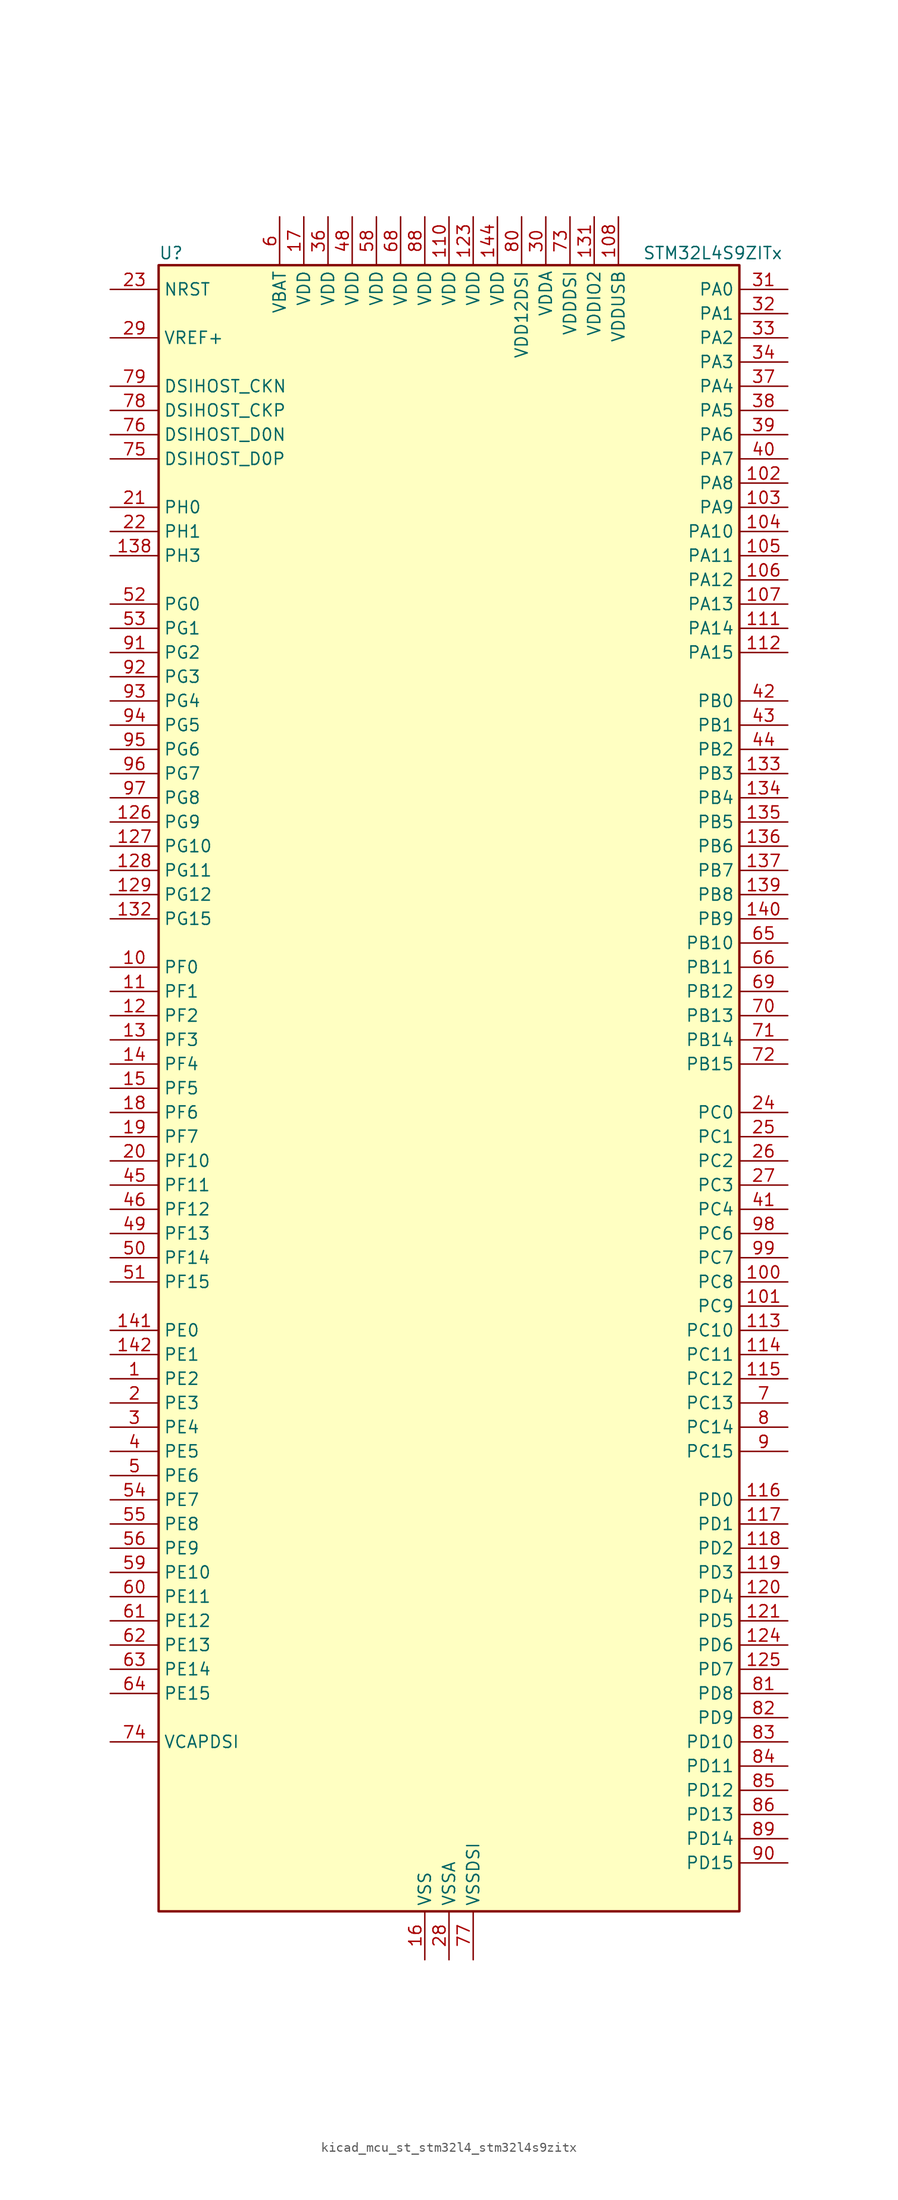
<source format=kicad_sym>
(kicad_symbol_lib
  (version 20220914)
  (generator kicad_symbol_editor)
  (symbol "kicad_mcu_st_stm32l4_stm32l4s9zitx"
    (property "Reference" "U"
      (at -30.48 87.63 0)
      (effects (font (size 1.27 1.27)) (justify left)))
    (property "Value" "STM32L4S9ZITx"
      (at 20.32 87.63 0)
      (effects (font (size 1.27 1.27)) (justify left)))
    (property "ki_locked" ""
      (at 0 0 0)
      (effects (font (size 1.27 1.27))))
    (symbol "kicad_mcu_st_stm32l4_stm32l4s9zitx_0_1"
      (rectangle (start -30.48 -86.36) (end 30.48 86.36) (stroke (width 0.254) (type default)) (fill (type background))))
    (symbol "kicad_mcu_st_stm32l4_stm32l4s9zitx_1_1"
      (pin bidirectional line (at -35.56 -30.48 0) (length 5.08) (name "PE2" (effects (font (size 1.27 1.27)))) (number "1" (effects (font (size 1.27 1.27)))) (alternate "FMC_A23" bidirectional line) (alternate "LTDC_R0" bidirectional line) (alternate "SAI1_CK1" bidirectional line) (alternate "SAI1_MCLK_A" bidirectional line) (alternate "SYS_TRACECLK" bidirectional line) (alternate "TIM3_ETR" bidirectional line) (alternate "TSC_G7_IO1" bidirectional line))
      (pin bidirectional line (at -35.56 12.7 0) (length 5.08) (name "PF0" (effects (font (size 1.27 1.27)))) (number "10" (effects (font (size 1.27 1.27)))) (alternate "FMC_A0" bidirectional line) (alternate "I2C2_SDA" bidirectional line) (alternate "OCTOSPIM_P2_IO0" bidirectional line))
      (pin bidirectional line (at 35.56 -20.32 180) (length 5.08) (name "PC8" (effects (font (size 1.27 1.27)))) (number "100" (effects (font (size 1.27 1.27)))) (alternate "DCMI_D2" bidirectional line) (alternate "SDMMC1_D0" bidirectional line) (alternate "TIM3_CH3" bidirectional line) (alternate "TIM8_CH3" bidirectional line) (alternate "TSC_G4_IO3" bidirectional line))
      (pin bidirectional line (at 35.56 -22.86 180) (length 5.08) (name "PC9" (effects (font (size 1.27 1.27)))) (number "101" (effects (font (size 1.27 1.27)))) (alternate "DAC1_EXTI9" bidirectional line) (alternate "DCMI_D3" bidirectional line) (alternate "I2C3_SDA" bidirectional line) (alternate "SAI2_EXTCLK" bidirectional line) (alternate "SDMMC1_D1" bidirectional line) (alternate "SYS_TRACED0" bidirectional line) (alternate "TIM3_CH4" bidirectional line) (alternate "TIM8_BKIN2" bidirectional line) (alternate "TIM8_CH4" bidirectional line) (alternate "TSC_G4_IO4" bidirectional line) (alternate "USB_OTG_FS_NOE" bidirectional line))
      (pin bidirectional line (at 35.56 63.5 180) (length 5.08) (name "PA8" (effects (font (size 1.27 1.27)))) (number "102" (effects (font (size 1.27 1.27)))) (alternate "LPTIM2_OUT" bidirectional line) (alternate "RCC_MCO" bidirectional line) (alternate "SAI1_CK2" bidirectional line) (alternate "SAI1_SCK_A" bidirectional line) (alternate "TIM1_CH1" bidirectional line) (alternate "USART1_CK" bidirectional line) (alternate "USB_OTG_FS_SOF" bidirectional line))
      (pin bidirectional line (at 35.56 60.96 180) (length 5.08) (name "PA9" (effects (font (size 1.27 1.27)))) (number "103" (effects (font (size 1.27 1.27)))) (alternate "DAC1_EXTI9" bidirectional line) (alternate "DCMI_D0" bidirectional line) (alternate "SAI1_FS_A" bidirectional line) (alternate "SPI2_SCK" bidirectional line) (alternate "TIM15_BKIN" bidirectional line) (alternate "TIM1_CH2" bidirectional line) (alternate "USART1_TX" bidirectional line) (alternate "USB_OTG_FS_VBUS" bidirectional line))
      (pin bidirectional line (at 35.56 58.42 180) (length 5.08) (name "PA10" (effects (font (size 1.27 1.27)))) (number "104" (effects (font (size 1.27 1.27)))) (alternate "DCMI_D1" bidirectional line) (alternate "SAI1_D1" bidirectional line) (alternate "SAI1_SD_A" bidirectional line) (alternate "TIM17_BKIN" bidirectional line) (alternate "TIM1_CH3" bidirectional line) (alternate "USART1_RX" bidirectional line) (alternate "USB_OTG_FS_ID" bidirectional line))
      (pin bidirectional line (at 35.56 55.88 180) (length 5.08) (name "PA11" (effects (font (size 1.27 1.27)))) (number "105" (effects (font (size 1.27 1.27)))) (alternate "ADC1_EXTI11" bidirectional line) (alternate "CAN1_RX" bidirectional line) (alternate "SPI1_MISO" bidirectional line) (alternate "TIM1_BKIN2" bidirectional line) (alternate "TIM1_CH4" bidirectional line) (alternate "USART1_CTS" bidirectional line) (alternate "USART1_NSS" bidirectional line) (alternate "USB_OTG_FS_DM" bidirectional line))
      (pin bidirectional line (at 35.56 53.34 180) (length 5.08) (name "PA12" (effects (font (size 1.27 1.27)))) (number "106" (effects (font (size 1.27 1.27)))) (alternate "CAN1_TX" bidirectional line) (alternate "SPI1_MOSI" bidirectional line) (alternate "TIM1_ETR" bidirectional line) (alternate "USART1_DE" bidirectional line) (alternate "USART1_RTS" bidirectional line) (alternate "USB_OTG_FS_DP" bidirectional line))
      (pin bidirectional line (at 35.56 50.8 180) (length 5.08) (name "PA13" (effects (font (size 1.27 1.27)))) (number "107" (effects (font (size 1.27 1.27)))) (alternate "IR_OUT" bidirectional line) (alternate "SAI1_SD_B" bidirectional line) (alternate "SYS_JTMS-SWDIO" bidirectional line) (alternate "USB_OTG_FS_NOE" bidirectional line))
      (pin power_in line (at 17.78 91.44 270) (length 5.08) (name "VDDUSB" (effects (font (size 1.27 1.27)))) (number "108" (effects (font (size 1.27 1.27)))))
      (pin passive line (at -2.54 -91.44 90) (length 5.08) hide (name "VSS" (effects (font (size 1.27 1.27)))) (number "109" (effects (font (size 1.27 1.27)))))
      (pin bidirectional line (at -35.56 10.16 0) (length 5.08) (name "PF1" (effects (font (size 1.27 1.27)))) (number "11" (effects (font (size 1.27 1.27)))) (alternate "FMC_A1" bidirectional line) (alternate "I2C2_SCL" bidirectional line) (alternate "OCTOSPIM_P2_IO1" bidirectional line))
      (pin power_in line (at 0 91.44 270) (length 5.08) (name "VDD" (effects (font (size 1.27 1.27)))) (number "110" (effects (font (size 1.27 1.27)))))
      (pin bidirectional line (at 35.56 48.26 180) (length 5.08) (name "PA14" (effects (font (size 1.27 1.27)))) (number "111" (effects (font (size 1.27 1.27)))) (alternate "I2C1_SMBA" bidirectional line) (alternate "I2C4_SMBA" bidirectional line) (alternate "LPTIM1_OUT" bidirectional line) (alternate "SAI1_FS_B" bidirectional line) (alternate "SYS_JTCK-SWCLK" bidirectional line) (alternate "USB_OTG_FS_SOF" bidirectional line))
      (pin bidirectional line (at 35.56 45.72 180) (length 5.08) (name "PA15" (effects (font (size 1.27 1.27)))) (number "112" (effects (font (size 1.27 1.27)))) (alternate "ADC1_EXTI15" bidirectional line) (alternate "SAI2_FS_B" bidirectional line) (alternate "SPI1_NSS" bidirectional line) (alternate "SPI3_NSS" bidirectional line) (alternate "SYS_JTDI" bidirectional line) (alternate "TIM2_CH1" bidirectional line) (alternate "TIM2_ETR" bidirectional line) (alternate "TSC_G3_IO1" bidirectional line) (alternate "UART4_DE" bidirectional line) (alternate "UART4_RTS" bidirectional line) (alternate "USART2_RX" bidirectional line) (alternate "USART3_DE" bidirectional line) (alternate "USART3_RTS" bidirectional line))
      (pin bidirectional line (at 35.56 -25.4 180) (length 5.08) (name "PC10" (effects (font (size 1.27 1.27)))) (number "113" (effects (font (size 1.27 1.27)))) (alternate "DCMI_D8" bidirectional line) (alternate "SAI2_SCK_B" bidirectional line) (alternate "SDMMC1_D2" bidirectional line) (alternate "SPI3_SCK" bidirectional line) (alternate "SYS_TRACED1" bidirectional line) (alternate "TSC_G3_IO2" bidirectional line) (alternate "UART4_TX" bidirectional line) (alternate "USART3_TX" bidirectional line))
      (pin bidirectional line (at 35.56 -27.94 180) (length 5.08) (name "PC11" (effects (font (size 1.27 1.27)))) (number "114" (effects (font (size 1.27 1.27)))) (alternate "ADC1_EXTI11" bidirectional line) (alternate "DCMI_D2" bidirectional line) (alternate "DCMI_D4" bidirectional line) (alternate "OCTOSPIM_P1_NCS" bidirectional line) (alternate "SAI2_MCLK_B" bidirectional line) (alternate "SDMMC1_D3" bidirectional line) (alternate "SPI3_MISO" bidirectional line) (alternate "TSC_G3_IO3" bidirectional line) (alternate "UART4_RX" bidirectional line) (alternate "USART3_RX" bidirectional line))
      (pin bidirectional line (at 35.56 -30.48 180) (length 5.08) (name "PC12" (effects (font (size 1.27 1.27)))) (number "115" (effects (font (size 1.27 1.27)))) (alternate "DCMI_D9" bidirectional line) (alternate "SAI2_SD_B" bidirectional line) (alternate "SDMMC1_CK" bidirectional line) (alternate "SPI3_MOSI" bidirectional line) (alternate "SYS_TRACED3" bidirectional line) (alternate "TSC_G3_IO4" bidirectional line) (alternate "UART5_TX" bidirectional line) (alternate "USART3_CK" bidirectional line))
      (pin bidirectional line (at 35.56 -43.18 180) (length 5.08) (name "PD0" (effects (font (size 1.27 1.27)))) (number "116" (effects (font (size 1.27 1.27)))) (alternate "CAN1_RX" bidirectional line) (alternate "DFSDM1_DATIN7" bidirectional line) (alternate "FMC_D2" bidirectional line) (alternate "FMC_DA2" bidirectional line) (alternate "LTDC_B4" bidirectional line) (alternate "SPI2_NSS" bidirectional line))
      (pin bidirectional line (at 35.56 -45.72 180) (length 5.08) (name "PD1" (effects (font (size 1.27 1.27)))) (number "117" (effects (font (size 1.27 1.27)))) (alternate "CAN1_TX" bidirectional line) (alternate "DFSDM1_CKIN7" bidirectional line) (alternate "FMC_D3" bidirectional line) (alternate "FMC_DA3" bidirectional line) (alternate "LTDC_B5" bidirectional line) (alternate "SPI2_SCK" bidirectional line))
      (pin bidirectional line (at 35.56 -48.26 180) (length 5.08) (name "PD2" (effects (font (size 1.27 1.27)))) (number "118" (effects (font (size 1.27 1.27)))) (alternate "DCMI_D11" bidirectional line) (alternate "SDMMC1_CMD" bidirectional line) (alternate "SYS_TRACED2" bidirectional line) (alternate "TIM3_ETR" bidirectional line) (alternate "TSC_SYNC" bidirectional line) (alternate "UART5_RX" bidirectional line) (alternate "USART3_DE" bidirectional line) (alternate "USART3_RTS" bidirectional line))
      (pin bidirectional line (at 35.56 -50.8 180) (length 5.08) (name "PD3" (effects (font (size 1.27 1.27)))) (number "119" (effects (font (size 1.27 1.27)))) (alternate "DCMI_D5" bidirectional line) (alternate "DFSDM1_DATIN0" bidirectional line) (alternate "FMC_CLK" bidirectional line) (alternate "LTDC_CLK" bidirectional line) (alternate "OCTOSPIM_P2_NCS" bidirectional line) (alternate "SPI2_MISO" bidirectional line) (alternate "SPI2_SCK" bidirectional line) (alternate "USART2_CTS" bidirectional line) (alternate "USART2_NSS" bidirectional line))
      (pin bidirectional line (at -35.56 7.62 0) (length 5.08) (name "PF2" (effects (font (size 1.27 1.27)))) (number "12" (effects (font (size 1.27 1.27)))) (alternate "FMC_A2" bidirectional line) (alternate "I2C2_SMBA" bidirectional line) (alternate "OCTOSPIM_P2_IO2" bidirectional line))
      (pin bidirectional line (at 35.56 -53.34 180) (length 5.08) (name "PD4" (effects (font (size 1.27 1.27)))) (number "120" (effects (font (size 1.27 1.27)))) (alternate "DFSDM1_CKIN0" bidirectional line) (alternate "FMC_NOE" bidirectional line) (alternate "OCTOSPIM_P1_IO4" bidirectional line) (alternate "SPI2_MOSI" bidirectional line) (alternate "USART2_DE" bidirectional line) (alternate "USART2_RTS" bidirectional line))
      (pin bidirectional line (at 35.56 -55.88 180) (length 5.08) (name "PD5" (effects (font (size 1.27 1.27)))) (number "121" (effects (font (size 1.27 1.27)))) (alternate "FMC_NWE" bidirectional line) (alternate "OCTOSPIM_P1_IO5" bidirectional line) (alternate "USART2_TX" bidirectional line))
      (pin passive line (at -2.54 -91.44 90) (length 5.08) hide (name "VSS" (effects (font (size 1.27 1.27)))) (number "122" (effects (font (size 1.27 1.27)))))
      (pin power_in line (at 2.54 91.44 270) (length 5.08) (name "VDD" (effects (font (size 1.27 1.27)))) (number "123" (effects (font (size 1.27 1.27)))))
      (pin bidirectional line (at 35.56 -58.42 180) (length 5.08) (name "PD6" (effects (font (size 1.27 1.27)))) (number "124" (effects (font (size 1.27 1.27)))) (alternate "DCMI_D10" bidirectional line) (alternate "DFSDM1_DATIN1" bidirectional line) (alternate "FMC_NWAIT" bidirectional line) (alternate "LTDC_DE" bidirectional line) (alternate "OCTOSPIM_P1_IO6" bidirectional line) (alternate "SAI1_D1" bidirectional line) (alternate "SAI1_SD_A" bidirectional line) (alternate "SPI3_MOSI" bidirectional line) (alternate "USART2_RX" bidirectional line))
      (pin bidirectional line (at 35.56 -60.96 180) (length 5.08) (name "PD7" (effects (font (size 1.27 1.27)))) (number "125" (effects (font (size 1.27 1.27)))) (alternate "DFSDM1_CKIN1" bidirectional line) (alternate "FMC_NCE" bidirectional line) (alternate "FMC_NE1" bidirectional line) (alternate "OCTOSPIM_P1_IO7" bidirectional line) (alternate "USART2_CK" bidirectional line))
      (pin bidirectional line (at -35.56 27.94 0) (length 5.08) (name "PG9" (effects (font (size 1.27 1.27)))) (number "126" (effects (font (size 1.27 1.27)))) (alternate "DAC1_EXTI9" bidirectional line) (alternate "FMC_NCE" bidirectional line) (alternate "FMC_NE2" bidirectional line) (alternate "OCTOSPIM_P2_IO6" bidirectional line) (alternate "SAI2_SCK_A" bidirectional line) (alternate "SPI3_SCK" bidirectional line) (alternate "TIM15_CH1N" bidirectional line) (alternate "USART1_TX" bidirectional line))
      (pin bidirectional line (at -35.56 25.4 0) (length 5.08) (name "PG10" (effects (font (size 1.27 1.27)))) (number "127" (effects (font (size 1.27 1.27)))) (alternate "FMC_NE3" bidirectional line) (alternate "LPTIM1_IN1" bidirectional line) (alternate "OCTOSPIM_P2_IO7" bidirectional line) (alternate "SAI2_FS_A" bidirectional line) (alternate "SPI3_MISO" bidirectional line) (alternate "TIM15_CH1" bidirectional line) (alternate "USART1_RX" bidirectional line))
      (pin bidirectional line (at -35.56 22.86 0) (length 5.08) (name "PG11" (effects (font (size 1.27 1.27)))) (number "128" (effects (font (size 1.27 1.27)))) (alternate "ADC1_EXTI11" bidirectional line) (alternate "LPTIM1_IN2" bidirectional line) (alternate "OCTOSPIM_P1_IO5" bidirectional line) (alternate "SAI2_MCLK_A" bidirectional line) (alternate "SPI3_MOSI" bidirectional line) (alternate "TIM15_CH2" bidirectional line) (alternate "USART1_CTS" bidirectional line) (alternate "USART1_NSS" bidirectional line))
      (pin bidirectional line (at -35.56 20.32 0) (length 5.08) (name "PG12" (effects (font (size 1.27 1.27)))) (number "129" (effects (font (size 1.27 1.27)))) (alternate "FMC_NE4" bidirectional line) (alternate "LPTIM1_ETR" bidirectional line) (alternate "OCTOSPIM_P2_NCS" bidirectional line) (alternate "SAI2_SD_A" bidirectional line) (alternate "SPI3_NSS" bidirectional line) (alternate "USART1_DE" bidirectional line) (alternate "USART1_RTS" bidirectional line))
      (pin bidirectional line (at -35.56 5.08 0) (length 5.08) (name "PF3" (effects (font (size 1.27 1.27)))) (number "13" (effects (font (size 1.27 1.27)))) (alternate "FMC_A3" bidirectional line) (alternate "OCTOSPIM_P2_IO3" bidirectional line))
      (pin passive line (at -2.54 -91.44 90) (length 5.08) hide (name "VSS" (effects (font (size 1.27 1.27)))) (number "130" (effects (font (size 1.27 1.27)))))
      (pin power_in line (at 15.24 91.44 270) (length 5.08) (name "VDDIO2" (effects (font (size 1.27 1.27)))) (number "131" (effects (font (size 1.27 1.27)))))
      (pin bidirectional line (at -35.56 17.78 0) (length 5.08) (name "PG15" (effects (font (size 1.27 1.27)))) (number "132" (effects (font (size 1.27 1.27)))) (alternate "ADC1_EXTI15" bidirectional line) (alternate "DCMI_D13" bidirectional line) (alternate "I2C1_SMBA" bidirectional line) (alternate "LPTIM1_OUT" bidirectional line) (alternate "OCTOSPIM_P2_DQS" bidirectional line))
      (pin bidirectional line (at 35.56 33.02 180) (length 5.08) (name "PB3" (effects (font (size 1.27 1.27)))) (number "133" (effects (font (size 1.27 1.27)))) (alternate "COMP2_INM" bidirectional line) (alternate "CRS_SYNC" bidirectional line) (alternate "SAI1_SCK_B" bidirectional line) (alternate "SPI1_SCK" bidirectional line) (alternate "SPI3_SCK" bidirectional line) (alternate "SYS_JTDO-SWO" bidirectional line) (alternate "TIM2_CH2" bidirectional line) (alternate "USART1_DE" bidirectional line) (alternate "USART1_RTS" bidirectional line))
      (pin bidirectional line (at 35.56 30.48 180) (length 5.08) (name "PB4" (effects (font (size 1.27 1.27)))) (number "134" (effects (font (size 1.27 1.27)))) (alternate "COMP2_INP" bidirectional line) (alternate "DCMI_D12" bidirectional line) (alternate "I2C3_SDA" bidirectional line) (alternate "SAI1_MCLK_B" bidirectional line) (alternate "SPI1_MISO" bidirectional line) (alternate "SPI3_MISO" bidirectional line) (alternate "SYS_JTRST" bidirectional line) (alternate "TIM17_BKIN" bidirectional line) (alternate "TIM3_CH1" bidirectional line) (alternate "TSC_G2_IO1" bidirectional line) (alternate "UART5_DE" bidirectional line) (alternate "UART5_RTS" bidirectional line) (alternate "USART1_CTS" bidirectional line) (alternate "USART1_NSS" bidirectional line))
      (pin bidirectional line (at 35.56 27.94 180) (length 5.08) (name "PB5" (effects (font (size 1.27 1.27)))) (number "135" (effects (font (size 1.27 1.27)))) (alternate "COMP2_OUT" bidirectional line) (alternate "DCMI_D10" bidirectional line) (alternate "I2C1_SMBA" bidirectional line) (alternate "LPTIM1_IN1" bidirectional line) (alternate "SAI1_SD_B" bidirectional line) (alternate "SPI1_MOSI" bidirectional line) (alternate "SPI3_MOSI" bidirectional line) (alternate "TIM16_BKIN" bidirectional line) (alternate "TIM3_CH2" bidirectional line) (alternate "TSC_G2_IO2" bidirectional line) (alternate "UART5_CTS" bidirectional line) (alternate "USART1_CK" bidirectional line))
      (pin bidirectional line (at 35.56 25.4 180) (length 5.08) (name "PB6" (effects (font (size 1.27 1.27)))) (number "136" (effects (font (size 1.27 1.27)))) (alternate "COMP2_INP" bidirectional line) (alternate "DCMI_D5" bidirectional line) (alternate "DFSDM1_DATIN5" bidirectional line) (alternate "I2C1_SCL" bidirectional line) (alternate "I2C4_SCL" bidirectional line) (alternate "LPTIM1_ETR" bidirectional line) (alternate "SAI1_FS_B" bidirectional line) (alternate "TIM16_CH1N" bidirectional line) (alternate "TIM4_CH1" bidirectional line) (alternate "TIM8_BKIN2" bidirectional line) (alternate "TSC_G2_IO3" bidirectional line) (alternate "USART1_TX" bidirectional line))
      (pin bidirectional line (at 35.56 22.86 180) (length 5.08) (name "PB7" (effects (font (size 1.27 1.27)))) (number "137" (effects (font (size 1.27 1.27)))) (alternate "COMP2_INM" bidirectional line) (alternate "DCMI_VSYNC" bidirectional line) (alternate "DFSDM1_CKIN5" bidirectional line) (alternate "DSIHOST_TE" bidirectional line) (alternate "FMC_NL" bidirectional line) (alternate "I2C1_SDA" bidirectional line) (alternate "I2C4_SDA" bidirectional line) (alternate "LPTIM1_IN2" bidirectional line) (alternate "SYS_PVD_IN" bidirectional line) (alternate "TIM17_CH1N" bidirectional line) (alternate "TIM4_CH2" bidirectional line) (alternate "TIM8_BKIN" bidirectional line) (alternate "TSC_G2_IO4" bidirectional line) (alternate "UART4_CTS" bidirectional line) (alternate "USART1_RX" bidirectional line))
      (pin bidirectional line (at -35.56 55.88 0) (length 5.08) (name "PH3" (effects (font (size 1.27 1.27)))) (number "138" (effects (font (size 1.27 1.27)))))
      (pin bidirectional line (at 35.56 20.32 180) (length 5.08) (name "PB8" (effects (font (size 1.27 1.27)))) (number "139" (effects (font (size 1.27 1.27)))) (alternate "CAN1_RX" bidirectional line) (alternate "DCMI_D6" bidirectional line) (alternate "DFSDM1_CKOUT" bidirectional line) (alternate "DFSDM1_DATIN6" bidirectional line) (alternate "I2C1_SCL" bidirectional line) (alternate "LTDC_B1" bidirectional line) (alternate "SAI1_CK1" bidirectional line) (alternate "SAI1_MCLK_A" bidirectional line) (alternate "SDMMC1_CKIN" bidirectional line) (alternate "SDMMC1_D4" bidirectional line) (alternate "TIM16_CH1" bidirectional line) (alternate "TIM4_CH3" bidirectional line))
      (pin bidirectional line (at -35.56 2.54 0) (length 5.08) (name "PF4" (effects (font (size 1.27 1.27)))) (number "14" (effects (font (size 1.27 1.27)))) (alternate "FMC_A4" bidirectional line) (alternate "OCTOSPIM_P2_CLK" bidirectional line))
      (pin bidirectional line (at 35.56 17.78 180) (length 5.08) (name "PB9" (effects (font (size 1.27 1.27)))) (number "140" (effects (font (size 1.27 1.27)))) (alternate "CAN1_TX" bidirectional line) (alternate "DAC1_EXTI9" bidirectional line) (alternate "DCMI_D7" bidirectional line) (alternate "DFSDM1_CKIN6" bidirectional line) (alternate "I2C1_SDA" bidirectional line) (alternate "IR_OUT" bidirectional line) (alternate "SAI1_D2" bidirectional line) (alternate "SAI1_FS_A" bidirectional line) (alternate "SDMMC1_CDIR" bidirectional line) (alternate "SDMMC1_D5" bidirectional line) (alternate "SPI2_NSS" bidirectional line) (alternate "TIM17_CH1" bidirectional line) (alternate "TIM4_CH4" bidirectional line))
      (pin bidirectional line (at -35.56 -25.4 0) (length 5.08) (name "PE0" (effects (font (size 1.27 1.27)))) (number "141" (effects (font (size 1.27 1.27)))) (alternate "DCMI_D2" bidirectional line) (alternate "FMC_NBL0" bidirectional line) (alternate "LTDC_HSYNC" bidirectional line) (alternate "TIM16_CH1" bidirectional line) (alternate "TIM4_ETR" bidirectional line))
      (pin bidirectional line (at -35.56 -27.94 0) (length 5.08) (name "PE1" (effects (font (size 1.27 1.27)))) (number "142" (effects (font (size 1.27 1.27)))) (alternate "DCMI_D3" bidirectional line) (alternate "FMC_NBL1" bidirectional line) (alternate "LTDC_VSYNC" bidirectional line) (alternate "TIM17_CH1" bidirectional line))
      (pin passive line (at -2.54 -91.44 90) (length 5.08) hide (name "VSS" (effects (font (size 1.27 1.27)))) (number "143" (effects (font (size 1.27 1.27)))))
      (pin power_in line (at 5.08 91.44 270) (length 5.08) (name "VDD" (effects (font (size 1.27 1.27)))) (number "144" (effects (font (size 1.27 1.27)))))
      (pin bidirectional line (at -35.56 0 0) (length 5.08) (name "PF5" (effects (font (size 1.27 1.27)))) (number "15" (effects (font (size 1.27 1.27)))) (alternate "FMC_A5" bidirectional line))
      (pin power_in line (at -2.54 -91.44 90) (length 5.08) (name "VSS" (effects (font (size 1.27 1.27)))) (number "16" (effects (font (size 1.27 1.27)))))
      (pin power_in line (at -15.24 91.44 270) (length 5.08) (name "VDD" (effects (font (size 1.27 1.27)))) (number "17" (effects (font (size 1.27 1.27)))))
      (pin bidirectional line (at -35.56 -2.54 0) (length 5.08) (name "PF6" (effects (font (size 1.27 1.27)))) (number "18" (effects (font (size 1.27 1.27)))) (alternate "OCTOSPIM_P1_IO3" bidirectional line) (alternate "SAI1_SD_B" bidirectional line) (alternate "TIM5_CH1" bidirectional line) (alternate "TIM5_ETR" bidirectional line))
      (pin bidirectional line (at -35.56 -5.08 0) (length 5.08) (name "PF7" (effects (font (size 1.27 1.27)))) (number "19" (effects (font (size 1.27 1.27)))) (alternate "OCTOSPIM_P1_IO2" bidirectional line) (alternate "SAI1_MCLK_B" bidirectional line) (alternate "TIM5_CH2" bidirectional line))
      (pin bidirectional line (at -35.56 -33.02 0) (length 5.08) (name "PE3" (effects (font (size 1.27 1.27)))) (number "2" (effects (font (size 1.27 1.27)))) (alternate "FMC_A19" bidirectional line) (alternate "LTDC_R1" bidirectional line) (alternate "OCTOSPIM_P1_DQS" bidirectional line) (alternate "SAI1_SD_B" bidirectional line) (alternate "SYS_TRACED0" bidirectional line) (alternate "TIM3_CH1" bidirectional line) (alternate "TSC_G7_IO2" bidirectional line))
      (pin bidirectional line (at -35.56 -7.62 0) (length 5.08) (name "PF10" (effects (font (size 1.27 1.27)))) (number "20" (effects (font (size 1.27 1.27)))) (alternate "DCMI_D11" bidirectional line) (alternate "DFSDM1_CKOUT" bidirectional line) (alternate "OCTOSPIM_P1_CLK" bidirectional line) (alternate "SAI1_D3" bidirectional line) (alternate "TIM15_CH2" bidirectional line))
      (pin bidirectional line (at -35.56 60.96 0) (length 5.08) (name "PH0" (effects (font (size 1.27 1.27)))) (number "21" (effects (font (size 1.27 1.27)))) (alternate "RCC_OSC_IN" bidirectional line))
      (pin bidirectional line (at -35.56 58.42 0) (length 5.08) (name "PH1" (effects (font (size 1.27 1.27)))) (number "22" (effects (font (size 1.27 1.27)))) (alternate "RCC_OSC_OUT" bidirectional line))
      (pin input line (at -35.56 83.82 0) (length 5.08) (name "NRST" (effects (font (size 1.27 1.27)))) (number "23" (effects (font (size 1.27 1.27)))))
      (pin bidirectional line (at 35.56 -2.54 180) (length 5.08) (name "PC0" (effects (font (size 1.27 1.27)))) (number "24" (effects (font (size 1.27 1.27)))) (alternate "ADC1_IN1" bidirectional line) (alternate "DFSDM1_DATIN4" bidirectional line) (alternate "I2C3_SCL" bidirectional line) (alternate "LPTIM1_IN1" bidirectional line) (alternate "LPTIM2_IN1" bidirectional line) (alternate "LPUART1_RX" bidirectional line) (alternate "SAI2_FS_A" bidirectional line))
      (pin bidirectional line (at 35.56 -5.08 180) (length 5.08) (name "PC1" (effects (font (size 1.27 1.27)))) (number "25" (effects (font (size 1.27 1.27)))) (alternate "ADC1_IN2" bidirectional line) (alternate "DFSDM1_CKIN4" bidirectional line) (alternate "I2C3_SDA" bidirectional line) (alternate "LPTIM1_OUT" bidirectional line) (alternate "LPUART1_TX" bidirectional line) (alternate "OCTOSPIM_P1_IO4" bidirectional line) (alternate "SAI1_SD_A" bidirectional line) (alternate "SPI2_MOSI" bidirectional line) (alternate "SYS_TRACED0" bidirectional line))
      (pin bidirectional line (at 35.56 -7.62 180) (length 5.08) (name "PC2" (effects (font (size 1.27 1.27)))) (number "26" (effects (font (size 1.27 1.27)))) (alternate "ADC1_IN3" bidirectional line) (alternate "DFSDM1_CKOUT" bidirectional line) (alternate "LPTIM1_IN2" bidirectional line) (alternate "OCTOSPIM_P1_IO5" bidirectional line) (alternate "SPI2_MISO" bidirectional line))
      (pin bidirectional line (at 35.56 -10.16 180) (length 5.08) (name "PC3" (effects (font (size 1.27 1.27)))) (number "27" (effects (font (size 1.27 1.27)))) (alternate "ADC1_IN4" bidirectional line) (alternate "LPTIM1_ETR" bidirectional line) (alternate "LPTIM2_ETR" bidirectional line) (alternate "OCTOSPIM_P1_IO6" bidirectional line) (alternate "SAI1_D1" bidirectional line) (alternate "SAI1_SD_A" bidirectional line) (alternate "SPI2_MOSI" bidirectional line))
      (pin power_in line (at 0 -91.44 90) (length 5.08) (name "VSSA" (effects (font (size 1.27 1.27)))) (number "28" (effects (font (size 1.27 1.27)))))
      (pin input line (at -35.56 78.74 0) (length 5.08) (name "VREF+" (effects (font (size 1.27 1.27)))) (number "29" (effects (font (size 1.27 1.27)))) (alternate "VREFBUF_OUT" bidirectional line))
      (pin bidirectional line (at -35.56 -35.56 0) (length 5.08) (name "PE4" (effects (font (size 1.27 1.27)))) (number "3" (effects (font (size 1.27 1.27)))) (alternate "DCMI_D4" bidirectional line) (alternate "DFSDM1_DATIN3" bidirectional line) (alternate "FMC_A20" bidirectional line) (alternate "LTDC_B0" bidirectional line) (alternate "SAI1_D2" bidirectional line) (alternate "SAI1_FS_A" bidirectional line) (alternate "SYS_TRACED1" bidirectional line) (alternate "TIM3_CH2" bidirectional line) (alternate "TSC_G7_IO3" bidirectional line))
      (pin power_in line (at 10.16 91.44 270) (length 5.08) (name "VDDA" (effects (font (size 1.27 1.27)))) (number "30" (effects (font (size 1.27 1.27)))))
      (pin bidirectional line (at 35.56 83.82 180) (length 5.08) (name "PA0" (effects (font (size 1.27 1.27)))) (number "31" (effects (font (size 1.27 1.27)))) (alternate "ADC1_IN5" bidirectional line) (alternate "OPAMP1_VINP" bidirectional line) (alternate "RTC_TAMP2" bidirectional line) (alternate "SAI1_EXTCLK" bidirectional line) (alternate "SYS_WKUP1" bidirectional line) (alternate "TIM2_CH1" bidirectional line) (alternate "TIM2_ETR" bidirectional line) (alternate "TIM5_CH1" bidirectional line) (alternate "TIM8_ETR" bidirectional line) (alternate "UART4_TX" bidirectional line) (alternate "USART2_CTS" bidirectional line) (alternate "USART2_NSS" bidirectional line))
      (pin bidirectional line (at 35.56 81.28 180) (length 5.08) (name "PA1" (effects (font (size 1.27 1.27)))) (number "32" (effects (font (size 1.27 1.27)))) (alternate "ADC1_IN6" bidirectional line) (alternate "I2C1_SMBA" bidirectional line) (alternate "OCTOSPIM_P1_DQS" bidirectional line) (alternate "OPAMP1_VINM" bidirectional line) (alternate "SPI1_SCK" bidirectional line) (alternate "TIM15_CH1N" bidirectional line) (alternate "TIM2_CH2" bidirectional line) (alternate "TIM5_CH2" bidirectional line) (alternate "UART4_RX" bidirectional line) (alternate "USART2_DE" bidirectional line) (alternate "USART2_RTS" bidirectional line))
      (pin bidirectional line (at 35.56 78.74 180) (length 5.08) (name "PA2" (effects (font (size 1.27 1.27)))) (number "33" (effects (font (size 1.27 1.27)))) (alternate "ADC1_IN7" bidirectional line) (alternate "LPUART1_TX" bidirectional line) (alternate "OCTOSPIM_P1_NCS" bidirectional line) (alternate "RCC_LSCO" bidirectional line) (alternate "SAI2_EXTCLK" bidirectional line) (alternate "SYS_WKUP4" bidirectional line) (alternate "TIM15_CH1" bidirectional line) (alternate "TIM2_CH3" bidirectional line) (alternate "TIM5_CH3" bidirectional line) (alternate "USART2_TX" bidirectional line))
      (pin bidirectional line (at 35.56 76.2 180) (length 5.08) (name "PA3" (effects (font (size 1.27 1.27)))) (number "34" (effects (font (size 1.27 1.27)))) (alternate "ADC1_IN8" bidirectional line) (alternate "LPUART1_RX" bidirectional line) (alternate "OCTOSPIM_P1_CLK" bidirectional line) (alternate "OPAMP1_VOUT" bidirectional line) (alternate "SAI1_CK1" bidirectional line) (alternate "SAI1_MCLK_A" bidirectional line) (alternate "TIM15_CH2" bidirectional line) (alternate "TIM2_CH4" bidirectional line) (alternate "TIM5_CH4" bidirectional line) (alternate "USART2_RX" bidirectional line))
      (pin passive line (at -2.54 -91.44 90) (length 5.08) hide (name "VSS" (effects (font (size 1.27 1.27)))) (number "35" (effects (font (size 1.27 1.27)))))
      (pin power_in line (at -12.7 91.44 270) (length 5.08) (name "VDD" (effects (font (size 1.27 1.27)))) (number "36" (effects (font (size 1.27 1.27)))))
      (pin bidirectional line (at 35.56 73.66 180) (length 5.08) (name "PA4" (effects (font (size 1.27 1.27)))) (number "37" (effects (font (size 1.27 1.27)))) (alternate "ADC1_IN9" bidirectional line) (alternate "DAC1_OUT1" bidirectional line) (alternate "DCMI_HSYNC" bidirectional line) (alternate "LPTIM2_OUT" bidirectional line) (alternate "OCTOSPIM_P1_NCS" bidirectional line) (alternate "SAI1_FS_B" bidirectional line) (alternate "SPI1_NSS" bidirectional line) (alternate "SPI3_NSS" bidirectional line) (alternate "USART2_CK" bidirectional line))
      (pin bidirectional line (at 35.56 71.12 180) (length 5.08) (name "PA5" (effects (font (size 1.27 1.27)))) (number "38" (effects (font (size 1.27 1.27)))) (alternate "ADC1_IN10" bidirectional line) (alternate "DAC1_OUT2" bidirectional line) (alternate "LPTIM2_ETR" bidirectional line) (alternate "SPI1_SCK" bidirectional line) (alternate "TIM2_CH1" bidirectional line) (alternate "TIM2_ETR" bidirectional line) (alternate "TIM8_CH1N" bidirectional line))
      (pin bidirectional line (at 35.56 68.58 180) (length 5.08) (name "PA6" (effects (font (size 1.27 1.27)))) (number "39" (effects (font (size 1.27 1.27)))) (alternate "ADC1_IN11" bidirectional line) (alternate "DCMI_PIXCLK" bidirectional line) (alternate "LPUART1_CTS" bidirectional line) (alternate "OCTOSPIM_P1_IO3" bidirectional line) (alternate "OPAMP2_VINP" bidirectional line) (alternate "SPI1_MISO" bidirectional line) (alternate "TIM16_CH1" bidirectional line) (alternate "TIM1_BKIN" bidirectional line) (alternate "TIM3_CH1" bidirectional line) (alternate "TIM8_BKIN" bidirectional line) (alternate "USART3_CTS" bidirectional line) (alternate "USART3_NSS" bidirectional line))
      (pin bidirectional line (at -35.56 -38.1 0) (length 5.08) (name "PE5" (effects (font (size 1.27 1.27)))) (number "4" (effects (font (size 1.27 1.27)))) (alternate "DCMI_D6" bidirectional line) (alternate "DFSDM1_CKIN3" bidirectional line) (alternate "FMC_A21" bidirectional line) (alternate "LTDC_G0" bidirectional line) (alternate "SAI1_CK2" bidirectional line) (alternate "SAI1_SCK_A" bidirectional line) (alternate "SYS_TRACED2" bidirectional line) (alternate "TIM3_CH3" bidirectional line) (alternate "TSC_G7_IO4" bidirectional line))
      (pin bidirectional line (at 35.56 66.04 180) (length 5.08) (name "PA7" (effects (font (size 1.27 1.27)))) (number "40" (effects (font (size 1.27 1.27)))) (alternate "ADC1_IN12" bidirectional line) (alternate "I2C3_SCL" bidirectional line) (alternate "OCTOSPIM_P1_IO2" bidirectional line) (alternate "OPAMP2_VINM" bidirectional line) (alternate "SPI1_MOSI" bidirectional line) (alternate "TIM17_CH1" bidirectional line) (alternate "TIM1_CH1N" bidirectional line) (alternate "TIM3_CH2" bidirectional line) (alternate "TIM8_CH1N" bidirectional line))
      (pin bidirectional line (at 35.56 -12.7 180) (length 5.08) (name "PC4" (effects (font (size 1.27 1.27)))) (number "41" (effects (font (size 1.27 1.27)))) (alternate "ADC1_IN13" bidirectional line) (alternate "COMP1_INM" bidirectional line) (alternate "OCTOSPIM_P1_IO7" bidirectional line) (alternate "USART3_TX" bidirectional line))
      (pin bidirectional line (at 35.56 40.64 180) (length 5.08) (name "PB0" (effects (font (size 1.27 1.27)))) (number "42" (effects (font (size 1.27 1.27)))) (alternate "ADC1_IN15" bidirectional line) (alternate "COMP1_OUT" bidirectional line) (alternate "OCTOSPIM_P1_IO1" bidirectional line) (alternate "OPAMP2_VOUT" bidirectional line) (alternate "SAI1_EXTCLK" bidirectional line) (alternate "SPI1_NSS" bidirectional line) (alternate "TIM1_CH2N" bidirectional line) (alternate "TIM3_CH3" bidirectional line) (alternate "TIM8_CH2N" bidirectional line) (alternate "USART3_CK" bidirectional line))
      (pin bidirectional line (at 35.56 38.1 180) (length 5.08) (name "PB1" (effects (font (size 1.27 1.27)))) (number "43" (effects (font (size 1.27 1.27)))) (alternate "ADC1_IN16" bidirectional line) (alternate "COMP1_INM" bidirectional line) (alternate "DFSDM1_DATIN0" bidirectional line) (alternate "LPTIM2_IN1" bidirectional line) (alternate "LPUART1_DE" bidirectional line) (alternate "LPUART1_RTS" bidirectional line) (alternate "OCTOSPIM_P1_IO0" bidirectional line) (alternate "TIM1_CH3N" bidirectional line) (alternate "TIM3_CH4" bidirectional line) (alternate "TIM8_CH3N" bidirectional line) (alternate "USART3_DE" bidirectional line) (alternate "USART3_RTS" bidirectional line))
      (pin bidirectional line (at 35.56 35.56 180) (length 5.08) (name "PB2" (effects (font (size 1.27 1.27)))) (number "44" (effects (font (size 1.27 1.27)))) (alternate "COMP1_INP" bidirectional line) (alternate "DFSDM1_CKIN0" bidirectional line) (alternate "I2C3_SMBA" bidirectional line) (alternate "LPTIM1_OUT" bidirectional line) (alternate "LTDC_B1" bidirectional line) (alternate "OCTOSPIM_P1_DQS" bidirectional line) (alternate "RTC_OUT_ALARM" bidirectional line) (alternate "RTC_OUT_CALIB" bidirectional line))
      (pin bidirectional line (at -35.56 -10.16 0) (length 5.08) (name "PF11" (effects (font (size 1.27 1.27)))) (number "45" (effects (font (size 1.27 1.27)))) (alternate "ADC1_EXTI11" bidirectional line) (alternate "DCMI_D12" bidirectional line) (alternate "DSIHOST_TE" bidirectional line) (alternate "LTDC_DE" bidirectional line))
      (pin bidirectional line (at -35.56 -12.7 0) (length 5.08) (name "PF12" (effects (font (size 1.27 1.27)))) (number "46" (effects (font (size 1.27 1.27)))) (alternate "FMC_A6" bidirectional line) (alternate "LTDC_B0" bidirectional line) (alternate "OCTOSPIM_P2_DQS" bidirectional line))
      (pin passive line (at -2.54 -91.44 90) (length 5.08) hide (name "VSS" (effects (font (size 1.27 1.27)))) (number "47" (effects (font (size 1.27 1.27)))))
      (pin power_in line (at -10.16 91.44 270) (length 5.08) (name "VDD" (effects (font (size 1.27 1.27)))) (number "48" (effects (font (size 1.27 1.27)))))
      (pin bidirectional line (at -35.56 -15.24 0) (length 5.08) (name "PF13" (effects (font (size 1.27 1.27)))) (number "49" (effects (font (size 1.27 1.27)))) (alternate "DFSDM1_DATIN6" bidirectional line) (alternate "FMC_A7" bidirectional line) (alternate "I2C4_SMBA" bidirectional line) (alternate "LTDC_B1" bidirectional line))
      (pin bidirectional line (at -35.56 -40.64 0) (length 5.08) (name "PE6" (effects (font (size 1.27 1.27)))) (number "5" (effects (font (size 1.27 1.27)))) (alternate "DCMI_D7" bidirectional line) (alternate "FMC_A22" bidirectional line) (alternate "LTDC_G1" bidirectional line) (alternate "RTC_TAMP3" bidirectional line) (alternate "SAI1_D1" bidirectional line) (alternate "SAI1_SD_A" bidirectional line) (alternate "SYS_TRACED3" bidirectional line) (alternate "SYS_WKUP3" bidirectional line) (alternate "TIM3_CH4" bidirectional line))
      (pin bidirectional line (at -35.56 -17.78 0) (length 5.08) (name "PF14" (effects (font (size 1.27 1.27)))) (number "50" (effects (font (size 1.27 1.27)))) (alternate "DFSDM1_CKIN6" bidirectional line) (alternate "FMC_A8" bidirectional line) (alternate "I2C4_SCL" bidirectional line) (alternate "LTDC_G0" bidirectional line) (alternate "TSC_G8_IO1" bidirectional line))
      (pin bidirectional line (at -35.56 -20.32 0) (length 5.08) (name "PF15" (effects (font (size 1.27 1.27)))) (number "51" (effects (font (size 1.27 1.27)))) (alternate "ADC1_EXTI15" bidirectional line) (alternate "FMC_A9" bidirectional line) (alternate "I2C4_SDA" bidirectional line) (alternate "LTDC_G1" bidirectional line) (alternate "TSC_G8_IO2" bidirectional line))
      (pin bidirectional line (at -35.56 50.8 0) (length 5.08) (name "PG0" (effects (font (size 1.27 1.27)))) (number "52" (effects (font (size 1.27 1.27)))) (alternate "FMC_A10" bidirectional line) (alternate "OCTOSPIM_P2_IO4" bidirectional line) (alternate "TSC_G8_IO3" bidirectional line))
      (pin bidirectional line (at -35.56 48.26 0) (length 5.08) (name "PG1" (effects (font (size 1.27 1.27)))) (number "53" (effects (font (size 1.27 1.27)))) (alternate "FMC_A11" bidirectional line) (alternate "OCTOSPIM_P2_IO5" bidirectional line) (alternate "TSC_G8_IO4" bidirectional line))
      (pin bidirectional line (at -35.56 -43.18 0) (length 5.08) (name "PE7" (effects (font (size 1.27 1.27)))) (number "54" (effects (font (size 1.27 1.27)))) (alternate "DFSDM1_DATIN2" bidirectional line) (alternate "FMC_D4" bidirectional line) (alternate "FMC_DA4" bidirectional line) (alternate "LTDC_B6" bidirectional line) (alternate "SAI1_SD_B" bidirectional line) (alternate "TIM1_ETR" bidirectional line))
      (pin bidirectional line (at -35.56 -45.72 0) (length 5.08) (name "PE8" (effects (font (size 1.27 1.27)))) (number "55" (effects (font (size 1.27 1.27)))) (alternate "DFSDM1_CKIN2" bidirectional line) (alternate "FMC_D5" bidirectional line) (alternate "FMC_DA5" bidirectional line) (alternate "LTDC_B7" bidirectional line) (alternate "SAI1_SCK_B" bidirectional line) (alternate "TIM1_CH1N" bidirectional line))
      (pin bidirectional line (at -35.56 -48.26 0) (length 5.08) (name "PE9" (effects (font (size 1.27 1.27)))) (number "56" (effects (font (size 1.27 1.27)))) (alternate "DAC1_EXTI9" bidirectional line) (alternate "DFSDM1_CKOUT" bidirectional line) (alternate "FMC_D6" bidirectional line) (alternate "FMC_DA6" bidirectional line) (alternate "LTDC_G2" bidirectional line) (alternate "SAI1_FS_B" bidirectional line) (alternate "TIM1_CH1" bidirectional line))
      (pin passive line (at -2.54 -91.44 90) (length 5.08) hide (name "VSS" (effects (font (size 1.27 1.27)))) (number "57" (effects (font (size 1.27 1.27)))))
      (pin power_in line (at -7.62 91.44 270) (length 5.08) (name "VDD" (effects (font (size 1.27 1.27)))) (number "58" (effects (font (size 1.27 1.27)))))
      (pin bidirectional line (at -35.56 -50.8 0) (length 5.08) (name "PE10" (effects (font (size 1.27 1.27)))) (number "59" (effects (font (size 1.27 1.27)))) (alternate "DFSDM1_DATIN4" bidirectional line) (alternate "FMC_D7" bidirectional line) (alternate "FMC_DA7" bidirectional line) (alternate "LTDC_G3" bidirectional line) (alternate "OCTOSPIM_P1_CLK" bidirectional line) (alternate "SAI1_MCLK_B" bidirectional line) (alternate "TIM1_CH2N" bidirectional line) (alternate "TSC_G5_IO1" bidirectional line))
      (pin power_in line (at -17.78 91.44 270) (length 5.08) (name "VBAT" (effects (font (size 1.27 1.27)))) (number "6" (effects (font (size 1.27 1.27)))))
      (pin bidirectional line (at -35.56 -53.34 0) (length 5.08) (name "PE11" (effects (font (size 1.27 1.27)))) (number "60" (effects (font (size 1.27 1.27)))) (alternate "ADC1_EXTI11" bidirectional line) (alternate "DFSDM1_CKIN4" bidirectional line) (alternate "FMC_D8" bidirectional line) (alternate "FMC_DA8" bidirectional line) (alternate "LTDC_G4" bidirectional line) (alternate "OCTOSPIM_P1_NCS" bidirectional line) (alternate "TIM1_CH2" bidirectional line) (alternate "TSC_G5_IO2" bidirectional line))
      (pin bidirectional line (at -35.56 -55.88 0) (length 5.08) (name "PE12" (effects (font (size 1.27 1.27)))) (number "61" (effects (font (size 1.27 1.27)))) (alternate "DFSDM1_DATIN5" bidirectional line) (alternate "FMC_D9" bidirectional line) (alternate "FMC_DA9" bidirectional line) (alternate "LTDC_G5" bidirectional line) (alternate "OCTOSPIM_P1_IO0" bidirectional line) (alternate "SPI1_NSS" bidirectional line) (alternate "TIM1_CH3N" bidirectional line) (alternate "TSC_G5_IO3" bidirectional line))
      (pin bidirectional line (at -35.56 -58.42 0) (length 5.08) (name "PE13" (effects (font (size 1.27 1.27)))) (number "62" (effects (font (size 1.27 1.27)))) (alternate "DFSDM1_CKIN5" bidirectional line) (alternate "FMC_D10" bidirectional line) (alternate "FMC_DA10" bidirectional line) (alternate "LTDC_G6" bidirectional line) (alternate "OCTOSPIM_P1_IO1" bidirectional line) (alternate "SPI1_SCK" bidirectional line) (alternate "TIM1_CH3" bidirectional line) (alternate "TSC_G5_IO4" bidirectional line))
      (pin bidirectional line (at -35.56 -60.96 0) (length 5.08) (name "PE14" (effects (font (size 1.27 1.27)))) (number "63" (effects (font (size 1.27 1.27)))) (alternate "FMC_D11" bidirectional line) (alternate "FMC_DA11" bidirectional line) (alternate "LTDC_G7" bidirectional line) (alternate "OCTOSPIM_P1_IO2" bidirectional line) (alternate "SPI1_MISO" bidirectional line) (alternate "TIM1_BKIN2" bidirectional line) (alternate "TIM1_CH4" bidirectional line))
      (pin bidirectional line (at -35.56 -63.5 0) (length 5.08) (name "PE15" (effects (font (size 1.27 1.27)))) (number "64" (effects (font (size 1.27 1.27)))) (alternate "ADC1_EXTI15" bidirectional line) (alternate "FMC_D12" bidirectional line) (alternate "FMC_DA12" bidirectional line) (alternate "LTDC_R2" bidirectional line) (alternate "OCTOSPIM_P1_IO3" bidirectional line) (alternate "SPI1_MOSI" bidirectional line) (alternate "TIM1_BKIN" bidirectional line))
      (pin bidirectional line (at 35.56 15.24 180) (length 5.08) (name "PB10" (effects (font (size 1.27 1.27)))) (number "65" (effects (font (size 1.27 1.27)))) (alternate "COMP1_OUT" bidirectional line) (alternate "DFSDM1_DATIN7" bidirectional line) (alternate "I2C2_SCL" bidirectional line) (alternate "I2C4_SCL" bidirectional line) (alternate "LPUART1_RX" bidirectional line) (alternate "OCTOSPIM_P1_CLK" bidirectional line) (alternate "SAI1_SCK_A" bidirectional line) (alternate "SPI2_SCK" bidirectional line) (alternate "TIM2_CH3" bidirectional line) (alternate "TSC_SYNC" bidirectional line) (alternate "USART3_TX" bidirectional line))
      (pin bidirectional line (at 35.56 12.7 180) (length 5.08) (name "PB11" (effects (font (size 1.27 1.27)))) (number "66" (effects (font (size 1.27 1.27)))) (alternate "ADC1_EXTI11" bidirectional line) (alternate "COMP2_OUT" bidirectional line) (alternate "DFSDM1_CKIN7" bidirectional line) (alternate "DSIHOST_TE" bidirectional line) (alternate "I2C2_SDA" bidirectional line) (alternate "I2C4_SDA" bidirectional line) (alternate "LPUART1_TX" bidirectional line) (alternate "OCTOSPIM_P1_NCS" bidirectional line) (alternate "TIM2_CH4" bidirectional line) (alternate "USART3_RX" bidirectional line))
      (pin passive line (at -2.54 -91.44 90) (length 5.08) hide (name "VSS" (effects (font (size 1.27 1.27)))) (number "67" (effects (font (size 1.27 1.27)))))
      (pin power_in line (at -5.08 91.44 270) (length 5.08) (name "VDD" (effects (font (size 1.27 1.27)))) (number "68" (effects (font (size 1.27 1.27)))))
      (pin bidirectional line (at 35.56 10.16 180) (length 5.08) (name "PB12" (effects (font (size 1.27 1.27)))) (number "69" (effects (font (size 1.27 1.27)))) (alternate "DFSDM1_DATIN1" bidirectional line) (alternate "I2C2_SMBA" bidirectional line) (alternate "LPUART1_DE" bidirectional line) (alternate "LPUART1_RTS" bidirectional line) (alternate "SAI2_FS_A" bidirectional line) (alternate "SPI2_NSS" bidirectional line) (alternate "TIM15_BKIN" bidirectional line) (alternate "TIM1_BKIN" bidirectional line) (alternate "TSC_G1_IO1" bidirectional line) (alternate "USART3_CK" bidirectional line))
      (pin bidirectional line (at 35.56 -33.02 180) (length 5.08) (name "PC13" (effects (font (size 1.27 1.27)))) (number "7" (effects (font (size 1.27 1.27)))) (alternate "RTC_OUT_ALARM" bidirectional line) (alternate "RTC_OUT_CALIB" bidirectional line) (alternate "RTC_TAMP1" bidirectional line) (alternate "RTC_TS" bidirectional line) (alternate "SYS_WKUP2" bidirectional line))
      (pin bidirectional line (at 35.56 7.62 180) (length 5.08) (name "PB13" (effects (font (size 1.27 1.27)))) (number "70" (effects (font (size 1.27 1.27)))) (alternate "DFSDM1_CKIN1" bidirectional line) (alternate "I2C2_SCL" bidirectional line) (alternate "LPUART1_CTS" bidirectional line) (alternate "SAI2_SCK_A" bidirectional line) (alternate "SPI2_SCK" bidirectional line) (alternate "TIM15_CH1N" bidirectional line) (alternate "TIM1_CH1N" bidirectional line) (alternate "TSC_G1_IO2" bidirectional line) (alternate "USART3_CTS" bidirectional line) (alternate "USART3_NSS" bidirectional line))
      (pin bidirectional line (at 35.56 5.08 180) (length 5.08) (name "PB14" (effects (font (size 1.27 1.27)))) (number "71" (effects (font (size 1.27 1.27)))) (alternate "DFSDM1_DATIN2" bidirectional line) (alternate "I2C2_SDA" bidirectional line) (alternate "SAI2_MCLK_A" bidirectional line) (alternate "SPI2_MISO" bidirectional line) (alternate "TIM15_CH1" bidirectional line) (alternate "TIM1_CH2N" bidirectional line) (alternate "TIM8_CH2N" bidirectional line) (alternate "TSC_G1_IO3" bidirectional line) (alternate "USART3_DE" bidirectional line) (alternate "USART3_RTS" bidirectional line))
      (pin bidirectional line (at 35.56 2.54 180) (length 5.08) (name "PB15" (effects (font (size 1.27 1.27)))) (number "72" (effects (font (size 1.27 1.27)))) (alternate "ADC1_EXTI15" bidirectional line) (alternate "DFSDM1_CKIN2" bidirectional line) (alternate "RTC_REFIN" bidirectional line) (alternate "SAI2_SD_A" bidirectional line) (alternate "SPI2_MOSI" bidirectional line) (alternate "TIM15_CH2" bidirectional line) (alternate "TIM1_CH3N" bidirectional line) (alternate "TIM8_CH3N" bidirectional line) (alternate "TSC_G1_IO4" bidirectional line))
      (pin power_in line (at 12.7 91.44 270) (length 5.08) (name "VDDDSI" (effects (font (size 1.27 1.27)))) (number "73" (effects (font (size 1.27 1.27)))))
      (pin power_out line (at -35.56 -68.58 0) (length 5.08) (name "VCAPDSI" (effects (font (size 1.27 1.27)))) (number "74" (effects (font (size 1.27 1.27)))))
      (pin bidirectional line (at -35.56 66.04 0) (length 5.08) (name "DSIHOST_D0P" (effects (font (size 1.27 1.27)))) (number "75" (effects (font (size 1.27 1.27)))) (alternate "DSIHOST_D0P" bidirectional line))
      (pin bidirectional line (at -35.56 68.58 0) (length 5.08) (name "DSIHOST_D0N" (effects (font (size 1.27 1.27)))) (number "76" (effects (font (size 1.27 1.27)))) (alternate "DSIHOST_D0N" bidirectional line))
      (pin power_in line (at 2.54 -91.44 90) (length 5.08) (name "VSSDSI" (effects (font (size 1.27 1.27)))) (number "77" (effects (font (size 1.27 1.27)))))
      (pin bidirectional line (at -35.56 71.12 0) (length 5.08) (name "DSIHOST_CKP" (effects (font (size 1.27 1.27)))) (number "78" (effects (font (size 1.27 1.27)))) (alternate "DSIHOST_CKP" bidirectional line))
      (pin bidirectional line (at -35.56 73.66 0) (length 5.08) (name "DSIHOST_CKN" (effects (font (size 1.27 1.27)))) (number "79" (effects (font (size 1.27 1.27)))) (alternate "DSIHOST_CKN" bidirectional line))
      (pin bidirectional line (at 35.56 -35.56 180) (length 5.08) (name "PC14" (effects (font (size 1.27 1.27)))) (number "8" (effects (font (size 1.27 1.27)))) (alternate "RCC_OSC32_IN" bidirectional line))
      (pin power_in line (at 7.62 91.44 270) (length 5.08) (name "VDD12DSI" (effects (font (size 1.27 1.27)))) (number "80" (effects (font (size 1.27 1.27)))))
      (pin bidirectional line (at 35.56 -63.5 180) (length 5.08) (name "PD8" (effects (font (size 1.27 1.27)))) (number "81" (effects (font (size 1.27 1.27)))) (alternate "DCMI_HSYNC" bidirectional line) (alternate "FMC_D13" bidirectional line) (alternate "FMC_DA13" bidirectional line) (alternate "LTDC_R3" bidirectional line) (alternate "USART3_TX" bidirectional line))
      (pin bidirectional line (at 35.56 -66.04 180) (length 5.08) (name "PD9" (effects (font (size 1.27 1.27)))) (number "82" (effects (font (size 1.27 1.27)))) (alternate "DAC1_EXTI9" bidirectional line) (alternate "DCMI_PIXCLK" bidirectional line) (alternate "FMC_D14" bidirectional line) (alternate "FMC_DA14" bidirectional line) (alternate "LTDC_R4" bidirectional line) (alternate "SAI2_MCLK_A" bidirectional line) (alternate "USART3_RX" bidirectional line))
      (pin bidirectional line (at 35.56 -68.58 180) (length 5.08) (name "PD10" (effects (font (size 1.27 1.27)))) (number "83" (effects (font (size 1.27 1.27)))) (alternate "FMC_D15" bidirectional line) (alternate "FMC_DA15" bidirectional line) (alternate "LTDC_R5" bidirectional line) (alternate "SAI2_SCK_A" bidirectional line) (alternate "TSC_G6_IO1" bidirectional line) (alternate "USART3_CK" bidirectional line))
      (pin bidirectional line (at 35.56 -71.12 180) (length 5.08) (name "PD11" (effects (font (size 1.27 1.27)))) (number "84" (effects (font (size 1.27 1.27)))) (alternate "ADC1_EXTI11" bidirectional line) (alternate "FMC_A16" bidirectional line) (alternate "FMC_CLE" bidirectional line) (alternate "I2C4_SMBA" bidirectional line) (alternate "LPTIM2_ETR" bidirectional line) (alternate "LTDC_R6" bidirectional line) (alternate "SAI2_SD_A" bidirectional line) (alternate "TSC_G6_IO2" bidirectional line) (alternate "USART3_CTS" bidirectional line) (alternate "USART3_NSS" bidirectional line))
      (pin bidirectional line (at 35.56 -73.66 180) (length 5.08) (name "PD12" (effects (font (size 1.27 1.27)))) (number "85" (effects (font (size 1.27 1.27)))) (alternate "FMC_A17" bidirectional line) (alternate "FMC_ALE" bidirectional line) (alternate "I2C4_SCL" bidirectional line) (alternate "LPTIM2_IN1" bidirectional line) (alternate "LTDC_R7" bidirectional line) (alternate "SAI2_FS_A" bidirectional line) (alternate "TIM4_CH1" bidirectional line) (alternate "TSC_G6_IO3" bidirectional line) (alternate "USART3_DE" bidirectional line) (alternate "USART3_RTS" bidirectional line))
      (pin bidirectional line (at 35.56 -76.2 180) (length 5.08) (name "PD13" (effects (font (size 1.27 1.27)))) (number "86" (effects (font (size 1.27 1.27)))) (alternate "FMC_A18" bidirectional line) (alternate "I2C4_SDA" bidirectional line) (alternate "LPTIM2_OUT" bidirectional line) (alternate "TIM4_CH2" bidirectional line) (alternate "TSC_G6_IO4" bidirectional line))
      (pin passive line (at -2.54 -91.44 90) (length 5.08) hide (name "VSS" (effects (font (size 1.27 1.27)))) (number "87" (effects (font (size 1.27 1.27)))))
      (pin power_in line (at -2.54 91.44 270) (length 5.08) (name "VDD" (effects (font (size 1.27 1.27)))) (number "88" (effects (font (size 1.27 1.27)))))
      (pin bidirectional line (at 35.56 -78.74 180) (length 5.08) (name "PD14" (effects (font (size 1.27 1.27)))) (number "89" (effects (font (size 1.27 1.27)))) (alternate "FMC_D0" bidirectional line) (alternate "FMC_DA0" bidirectional line) (alternate "LTDC_B2" bidirectional line) (alternate "TIM4_CH3" bidirectional line))
      (pin bidirectional line (at 35.56 -38.1 180) (length 5.08) (name "PC15" (effects (font (size 1.27 1.27)))) (number "9" (effects (font (size 1.27 1.27)))) (alternate "ADC1_EXTI15" bidirectional line) (alternate "RCC_OSC32_OUT" bidirectional line))
      (pin bidirectional line (at 35.56 -81.28 180) (length 5.08) (name "PD15" (effects (font (size 1.27 1.27)))) (number "90" (effects (font (size 1.27 1.27)))) (alternate "ADC1_EXTI15" bidirectional line) (alternate "FMC_D1" bidirectional line) (alternate "FMC_DA1" bidirectional line) (alternate "LTDC_B3" bidirectional line) (alternate "TIM4_CH4" bidirectional line))
      (pin bidirectional line (at -35.56 45.72 0) (length 5.08) (name "PG2" (effects (font (size 1.27 1.27)))) (number "91" (effects (font (size 1.27 1.27)))) (alternate "FMC_A12" bidirectional line) (alternate "SAI2_SCK_B" bidirectional line) (alternate "SPI1_SCK" bidirectional line))
      (pin bidirectional line (at -35.56 43.18 0) (length 5.08) (name "PG3" (effects (font (size 1.27 1.27)))) (number "92" (effects (font (size 1.27 1.27)))) (alternate "FMC_A13" bidirectional line) (alternate "SAI2_FS_B" bidirectional line) (alternate "SPI1_MISO" bidirectional line))
      (pin bidirectional line (at -35.56 40.64 0) (length 5.08) (name "PG4" (effects (font (size 1.27 1.27)))) (number "93" (effects (font (size 1.27 1.27)))) (alternate "FMC_A14" bidirectional line) (alternate "SAI2_MCLK_B" bidirectional line) (alternate "SPI1_MOSI" bidirectional line))
      (pin bidirectional line (at -35.56 38.1 0) (length 5.08) (name "PG5" (effects (font (size 1.27 1.27)))) (number "94" (effects (font (size 1.27 1.27)))) (alternate "FMC_A15" bidirectional line) (alternate "LPUART1_CTS" bidirectional line) (alternate "SAI2_SD_B" bidirectional line) (alternate "SPI1_NSS" bidirectional line))
      (pin bidirectional line (at -35.56 35.56 0) (length 5.08) (name "PG6" (effects (font (size 1.27 1.27)))) (number "95" (effects (font (size 1.27 1.27)))) (alternate "DSIHOST_TE" bidirectional line) (alternate "I2C3_SMBA" bidirectional line) (alternate "LPUART1_DE" bidirectional line) (alternate "LPUART1_RTS" bidirectional line) (alternate "LTDC_R1" bidirectional line) (alternate "OCTOSPIM_P1_DQS" bidirectional line))
      (pin bidirectional line (at -35.56 33.02 0) (length 5.08) (name "PG7" (effects (font (size 1.27 1.27)))) (number "96" (effects (font (size 1.27 1.27)))) (alternate "DFSDM1_CKOUT" bidirectional line) (alternate "FMC_INT" bidirectional line) (alternate "I2C3_SCL" bidirectional line) (alternate "LPUART1_TX" bidirectional line) (alternate "OCTOSPIM_P2_DQS" bidirectional line) (alternate "SAI1_CK1" bidirectional line) (alternate "SAI1_MCLK_A" bidirectional line))
      (pin bidirectional line (at -35.56 30.48 0) (length 5.08) (name "PG8" (effects (font (size 1.27 1.27)))) (number "97" (effects (font (size 1.27 1.27)))) (alternate "I2C3_SDA" bidirectional line) (alternate "LPUART1_RX" bidirectional line))
      (pin bidirectional line (at 35.56 -15.24 180) (length 5.08) (name "PC6" (effects (font (size 1.27 1.27)))) (number "98" (effects (font (size 1.27 1.27)))) (alternate "DCMI_D0" bidirectional line) (alternate "DFSDM1_CKIN3" bidirectional line) (alternate "LTDC_R0" bidirectional line) (alternate "SAI2_MCLK_A" bidirectional line) (alternate "SDMMC1_D0DIR" bidirectional line) (alternate "SDMMC1_D6" bidirectional line) (alternate "TIM3_CH1" bidirectional line) (alternate "TIM8_CH1" bidirectional line) (alternate "TSC_G4_IO1" bidirectional line))
      (pin bidirectional line (at 35.56 -17.78 180) (length 5.08) (name "PC7" (effects (font (size 1.27 1.27)))) (number "99" (effects (font (size 1.27 1.27)))) (alternate "DCMI_D1" bidirectional line) (alternate "DFSDM1_DATIN3" bidirectional line) (alternate "LTDC_R1" bidirectional line) (alternate "SAI2_MCLK_B" bidirectional line) (alternate "SDMMC1_D123DIR" bidirectional line) (alternate "SDMMC1_D7" bidirectional line) (alternate "TIM3_CH2" bidirectional line) (alternate "TIM8_CH2" bidirectional line) (alternate "TSC_G4_IO2" bidirectional line)))))
</source>
